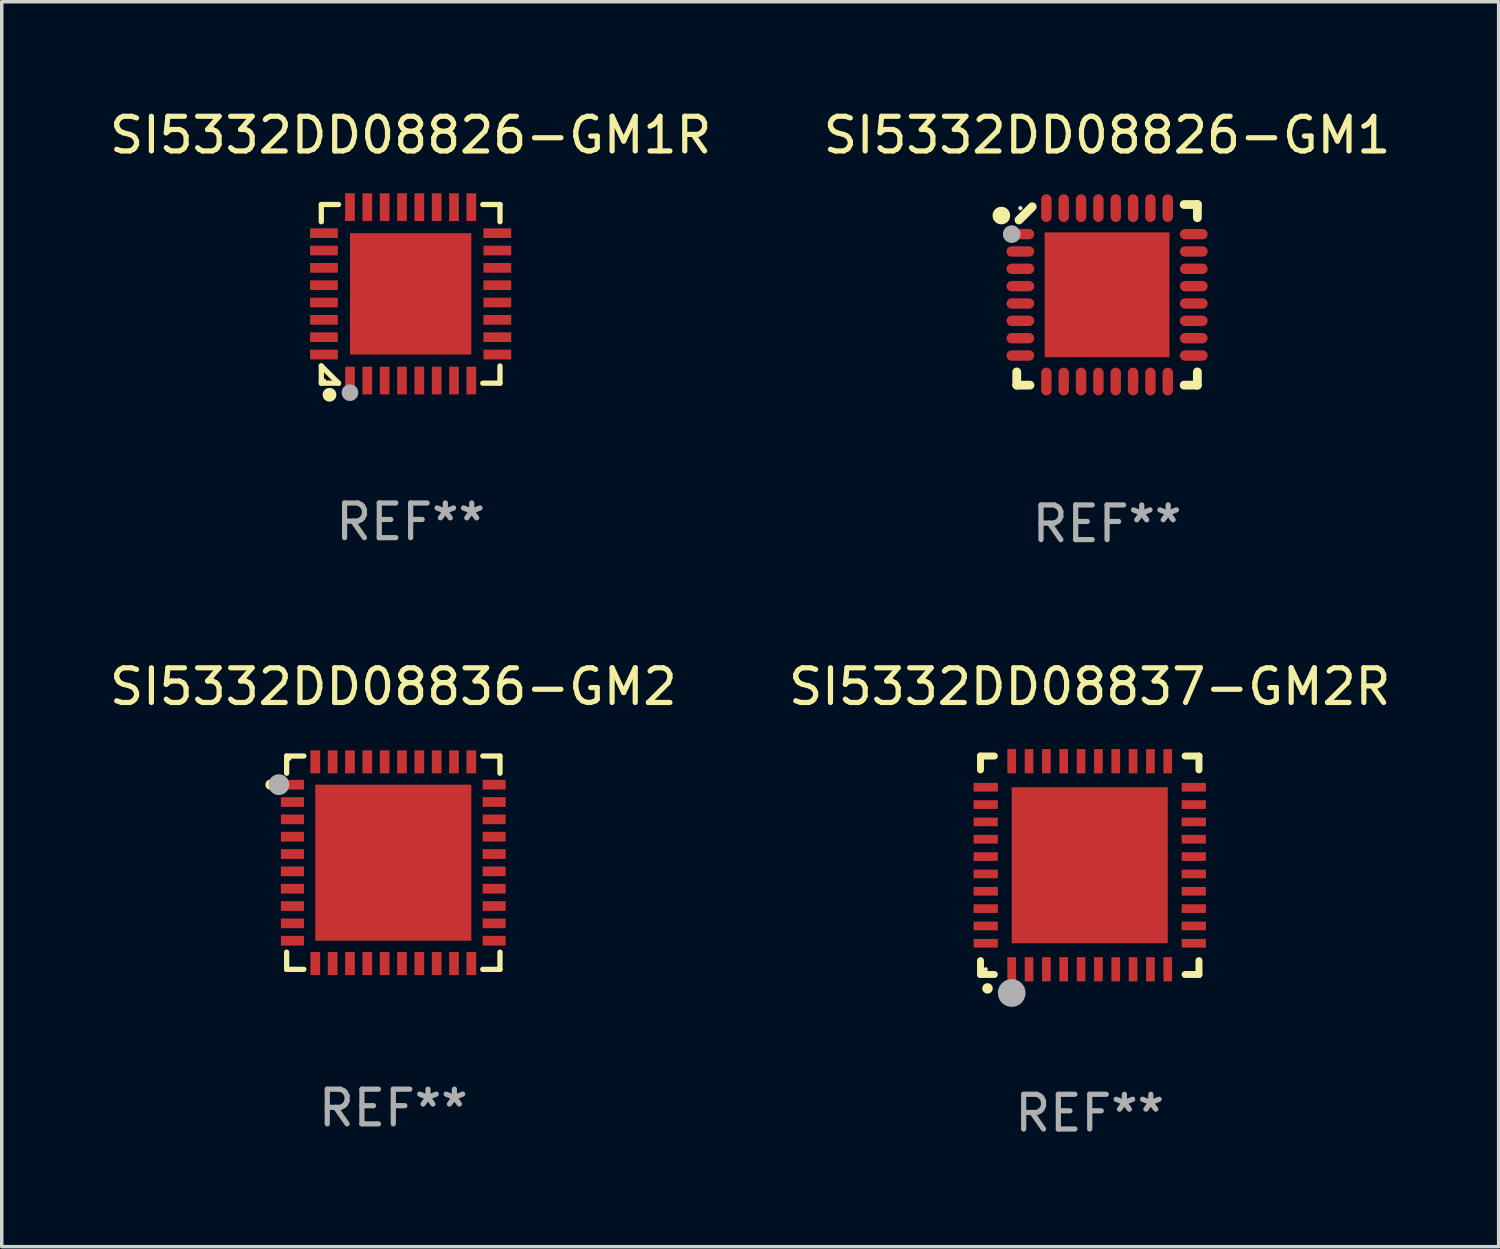
<source format=kicad_pcb>
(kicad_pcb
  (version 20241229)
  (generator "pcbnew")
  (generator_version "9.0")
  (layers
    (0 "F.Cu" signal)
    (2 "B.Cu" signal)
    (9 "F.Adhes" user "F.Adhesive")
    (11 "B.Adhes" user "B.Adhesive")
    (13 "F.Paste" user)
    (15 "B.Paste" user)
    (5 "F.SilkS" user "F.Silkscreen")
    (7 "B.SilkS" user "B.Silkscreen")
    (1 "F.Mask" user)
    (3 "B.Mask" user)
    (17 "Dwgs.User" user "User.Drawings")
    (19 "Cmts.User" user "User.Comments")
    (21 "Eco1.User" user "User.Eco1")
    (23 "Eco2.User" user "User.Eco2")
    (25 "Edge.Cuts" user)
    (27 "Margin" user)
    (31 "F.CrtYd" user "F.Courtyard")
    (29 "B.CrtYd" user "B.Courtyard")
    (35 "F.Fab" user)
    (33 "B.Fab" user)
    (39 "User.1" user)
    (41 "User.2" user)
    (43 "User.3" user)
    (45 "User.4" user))
  (footprint "SI5332DD08836-GM2"
    (layer "F.Cu")
    (at 8.292 21.828)
    (property "Reference" "SI5332DD08836-GM2" (at 0 -5.076 0) (layer "F.SilkS") (effects (font (size 1 1) (thickness 0.15))))
    (attr through_hole)
    (fp_line (start -3.076 -3.076) (end -3.076 -2.58) (stroke (width 0.152) (type solid)) (layer "F.SilkS"))
    (fp_line (start -3.076 3.076) (end -3.076 2.58) (stroke (width 0.152) (type solid)) (layer "F.SilkS"))
    (fp_line (start -2.58 -3.076) (end -3.076 -3.076) (stroke (width 0.152) (type solid)) (layer "F.SilkS"))
    (fp_line (start -2.58 3.076) (end -3.076 3.076) (stroke (width 0.152) (type solid)) (layer "F.SilkS"))
    (fp_line (start 2.58 -3.076) (end 3.076 -3.076) (stroke (width 0.152) (type solid)) (layer "F.SilkS"))
    (fp_line (start 2.58 3.076) (end 3.076 3.076) (stroke (width 0.152) (type solid)) (layer "F.SilkS"))
    (fp_line (start 3.076 -3.076) (end 3.076 -2.58) (stroke (width 0.152) (type solid)) (layer "F.SilkS"))
    (fp_line (start 3.076 3.076) (end 3.076 2.58) (stroke (width 0.152) (type solid)) (layer "F.SilkS"))
    (fp_circle (center -3.54 -2.25) (end -3.465 -2.25) (stroke (width 0.15) (type solid)) (fill no) (layer "F.SilkS"))
    (fp_circle (center -3 -3) (end -2.97 -3) (stroke (width 0.06) (type solid)) (fill no) (layer "F.SilkS"))
    (fp_circle (center -3.3 -2.25) (end -3.15 -2.25) (stroke (width 0.3) (type solid)) (fill no) (layer "F.Fab"))
    (fp_text user "REF**" (at 0 7.076 0) (layer "F.Fab") (effects (font (size 1 1) (thickness 0.15))))
    (pad "1" smd rect (at -2.908 -2.25) (size 0.665 0.28) (layers "F.Cu" "F.Mask" "F.Paste"))
    (pad "2" smd rect (at -2.908 -1.75) (size 0.665 0.28) (layers "F.Cu" "F.Mask" "F.Paste"))
    (pad "3" smd rect (at -2.908 -1.25) (size 0.665 0.28) (layers "F.Cu" "F.Mask" "F.Paste"))
    (pad "4" smd rect (at -2.908 -0.75) (size 0.665 0.28) (layers "F.Cu" "F.Mask" "F.Paste"))
    (pad "5" smd rect (at -2.908 -0.25) (size 0.665 0.28) (layers "F.Cu" "F.Mask" "F.Paste"))
    (pad "6" smd rect (at -2.908 0.25) (size 0.665 0.28) (layers "F.Cu" "F.Mask" "F.Paste"))
    (pad "7" smd rect (at -2.908 0.75) (size 0.665 0.28) (layers "F.Cu" "F.Mask" "F.Paste"))
    (pad "8" smd rect (at -2.908 1.25) (size 0.665 0.28) (layers "F.Cu" "F.Mask" "F.Paste"))
    (pad "9" smd rect (at -2.908 1.75) (size 0.665 0.28) (layers "F.Cu" "F.Mask" "F.Paste"))
    (pad "10" smd rect (at -2.908 2.25) (size 0.665 0.28) (layers "F.Cu" "F.Mask" "F.Paste"))
    (pad "11" smd rect (at -2.25 2.908) (size 0.28 0.665) (layers "F.Cu" "F.Mask" "F.Paste"))
    (pad "12" smd rect (at -1.75 2.908) (size 0.28 0.665) (layers "F.Cu" "F.Mask" "F.Paste"))
    (pad "13" smd rect (at -1.25 2.908) (size 0.28 0.665) (layers "F.Cu" "F.Mask" "F.Paste"))
    (pad "14" smd rect (at -0.75 2.908) (size 0.28 0.665) (layers "F.Cu" "F.Mask" "F.Paste"))
    (pad "15" smd rect (at -0.25 2.908) (size 0.28 0.665) (layers "F.Cu" "F.Mask" "F.Paste"))
    (pad "16" smd rect (at 0.25 2.908) (size 0.28 0.665) (layers "F.Cu" "F.Mask" "F.Paste"))
    (pad "17" smd rect (at 0.75 2.908) (size 0.28 0.665) (layers "F.Cu" "F.Mask" "F.Paste"))
    (pad "18" smd rect (at 1.25 2.908) (size 0.28 0.665) (layers "F.Cu" "F.Mask" "F.Paste"))
    (pad "19" smd rect (at 1.75 2.908) (size 0.28 0.665) (layers "F.Cu" "F.Mask" "F.Paste"))
    (pad "20" smd rect (at 2.25 2.908) (size 0.28 0.665) (layers "F.Cu" "F.Mask" "F.Paste"))
    (pad "21" smd rect (at 2.908 2.25) (size 0.665 0.28) (layers "F.Cu" "F.Mask" "F.Paste"))
    (pad "22" smd rect (at 2.908 1.75) (size 0.665 0.28) (layers "F.Cu" "F.Mask" "F.Paste"))
    (pad "23" smd rect (at 2.908 1.25) (size 0.665 0.28) (layers "F.Cu" "F.Mask" "F.Paste"))
    (pad "24" smd rect (at 2.908 0.75) (size 0.665 0.28) (layers "F.Cu" "F.Mask" "F.Paste"))
    (pad "25" smd rect (at 2.908 0.25) (size 0.665 0.28) (layers "F.Cu" "F.Mask" "F.Paste"))
    (pad "26" smd rect (at 2.908 -0.25) (size 0.665 0.28) (layers "F.Cu" "F.Mask" "F.Paste"))
    (pad "27" smd rect (at 2.908 -0.75) (size 0.665 0.28) (layers "F.Cu" "F.Mask" "F.Paste"))
    (pad "28" smd rect (at 2.908 -1.25) (size 0.665 0.28) (layers "F.Cu" "F.Mask" "F.Paste"))
    (pad "29" smd rect (at 2.908 -1.75) (size 0.665 0.28) (layers "F.Cu" "F.Mask" "F.Paste"))
    (pad "30" smd rect (at 2.908 -2.25) (size 0.665 0.28) (layers "F.Cu" "F.Mask" "F.Paste"))
    (pad "31" smd rect (at 2.25 -2.908) (size 0.28 0.665) (layers "F.Cu" "F.Mask" "F.Paste"))
    (pad "32" smd rect (at 1.75 -2.908) (size 0.28 0.665) (layers "F.Cu" "F.Mask" "F.Paste"))
    (pad "33" smd rect (at 1.25 -2.908) (size 0.28 0.665) (layers "F.Cu" "F.Mask" "F.Paste"))
    (pad "34" smd rect (at 0.75 -2.908) (size 0.28 0.665) (layers "F.Cu" "F.Mask" "F.Paste"))
    (pad "35" smd rect (at 0.25 -2.908) (size 0.28 0.665) (layers "F.Cu" "F.Mask" "F.Paste"))
    (pad "36" smd rect (at -0.25 -2.908) (size 0.28 0.665) (layers "F.Cu" "F.Mask" "F.Paste"))
    (pad "37" smd rect (at -0.75 -2.908) (size 0.28 0.665) (layers "F.Cu" "F.Mask" "F.Paste"))
    (pad "38" smd rect (at -1.25 -2.908) (size 0.28 0.665) (layers "F.Cu" "F.Mask" "F.Paste"))
    (pad "39" smd rect (at -1.75 -2.908) (size 0.28 0.665) (layers "F.Cu" "F.Mask" "F.Paste"))
    (pad "40" smd rect (at -2.25 -2.908) (size 0.28 0.665) (layers "F.Cu" "F.Mask" "F.Paste"))
    (pad "41" smd rect (at 0 0) (size 4.5 4.5) (layers "F.Cu" "F.Mask" "F.Paste")))
  (footprint "SI5332DD08826-GM1R"
    (layer "F.Cu")
    (at 8.792 5.424)
    (property "Reference" "SI5332DD08826-GM1R" (at 0 -4.576 0) (layer "F.SilkS") (effects (font (size 1 1) (thickness 0.15))))
    (attr through_hole)
    (fp_line (start -2.576 -2.576) (end -2.08 -2.576) (stroke (width 0.152) (type solid)) (layer "F.SilkS"))
    (fp_line (start -2.576 -2.08) (end -2.576 -2.576) (stroke (width 0.152) (type solid)) (layer "F.SilkS"))
    (fp_line (start -2.576 2.08) (end -2.576 2.576) (stroke (width 0.152) (type solid)) (layer "F.SilkS"))
    (fp_line (start -2.576 2.08) (end -2.08 2.576) (stroke (width 0.152) (type solid)) (layer "F.SilkS"))
    (fp_line (start -2.576 2.576) (end -2.08 2.576) (stroke (width 0.152) (type solid)) (layer "F.SilkS"))
    (fp_line (start 2.576 -2.576) (end 2.08 -2.576) (stroke (width 0.152) (type solid)) (layer "F.SilkS"))
    (fp_line (start 2.576 -2.08) (end 2.576 -2.576) (stroke (width 0.152) (type solid)) (layer "F.SilkS"))
    (fp_line (start 2.576 2.08) (end 2.576 2.576) (stroke (width 0.152) (type solid)) (layer "F.SilkS"))
    (fp_line (start 2.576 2.576) (end 2.08 2.576) (stroke (width 0.152) (type solid)) (layer "F.SilkS"))
    (fp_circle (center -2.5 2.5) (end -2.47 2.5) (stroke (width 0.06) (type solid)) (fill no) (layer "F.SilkS"))
    (fp_circle (center -2.34 2.91) (end -2.24 2.91) (stroke (width 0.2) (type solid)) (fill no) (layer "F.SilkS"))
    (fp_circle (center -1.75 2.85) (end -1.63 2.85) (stroke (width 0.24) (type solid)) (fill no) (layer "F.Fab"))
    (fp_text user "REF**" (at 0 6.576 0) (layer "F.Fab") (effects (font (size 1 1) (thickness 0.15))))
    (pad "1" smd rect (at -1.75 2.5) (size 0.28 0.8) (layers "F.Cu" "F.Mask" "F.Paste"))
    (pad "2" smd rect (at -1.25 2.5) (size 0.28 0.8) (layers "F.Cu" "F.Mask" "F.Paste"))
    (pad "3" smd rect (at -0.75 2.5) (size 0.28 0.8) (layers "F.Cu" "F.Mask" "F.Paste"))
    (pad "4" smd rect (at -0.25 2.5) (size 0.28 0.8) (layers "F.Cu" "F.Mask" "F.Paste"))
    (pad "5" smd rect (at 0.25 2.5) (size 0.28 0.8) (layers "F.Cu" "F.Mask" "F.Paste"))
    (pad "6" smd rect (at 0.75 2.5) (size 0.28 0.8) (layers "F.Cu" "F.Mask" "F.Paste"))
    (pad "7" smd rect (at 1.25 2.5) (size 0.28 0.8) (layers "F.Cu" "F.Mask" "F.Paste"))
    (pad "8" smd rect (at 1.75 2.5) (size 0.28 0.8) (layers "F.Cu" "F.Mask" "F.Paste"))
    (pad "9" smd rect (at 2.5 1.75) (size 0.8 0.28) (layers "F.Cu" "F.Mask" "F.Paste"))
    (pad "10" smd rect (at 2.5 1.25) (size 0.8 0.28) (layers "F.Cu" "F.Mask" "F.Paste"))
    (pad "11" smd rect (at 2.5 0.75) (size 0.8 0.28) (layers "F.Cu" "F.Mask" "F.Paste"))
    (pad "12" smd rect (at 2.5 0.25) (size 0.8 0.28) (layers "F.Cu" "F.Mask" "F.Paste"))
    (pad "13" smd rect (at 2.5 -0.25) (size 0.8 0.28) (layers "F.Cu" "F.Mask" "F.Paste"))
    (pad "14" smd rect (at 2.5 -0.75) (size 0.8 0.28) (layers "F.Cu" "F.Mask" "F.Paste"))
    (pad "15" smd rect (at 2.5 -1.25) (size 0.8 0.28) (layers "F.Cu" "F.Mask" "F.Paste"))
    (pad "16" smd rect (at 2.5 -1.75) (size 0.8 0.28) (layers "F.Cu" "F.Mask" "F.Paste"))
    (pad "17" smd rect (at 1.75 -2.5) (size 0.28 0.8) (layers "F.Cu" "F.Mask" "F.Paste"))
    (pad "18" smd rect (at 1.25 -2.5) (size 0.28 0.8) (layers "F.Cu" "F.Mask" "F.Paste"))
    (pad "19" smd rect (at 0.75 -2.5) (size 0.28 0.8) (layers "F.Cu" "F.Mask" "F.Paste"))
    (pad "20" smd rect (at 0.25 -2.5) (size 0.28 0.8) (layers "F.Cu" "F.Mask" "F.Paste"))
    (pad "21" smd rect (at -0.25 -2.5) (size 0.28 0.8) (layers "F.Cu" "F.Mask" "F.Paste"))
    (pad "22" smd rect (at -0.75 -2.5) (size 0.28 0.8) (layers "F.Cu" "F.Mask" "F.Paste"))
    (pad "23" smd rect (at -1.25 -2.5) (size 0.28 0.8) (layers "F.Cu" "F.Mask" "F.Paste"))
    (pad "24" smd rect (at -1.75 -2.5) (size 0.28 0.8) (layers "F.Cu" "F.Mask" "F.Paste"))
    (pad "25" smd rect (at -2.5 -1.75) (size 0.8 0.28) (layers "F.Cu" "F.Mask" "F.Paste"))
    (pad "26" smd rect (at -2.5 -1.25) (size 0.8 0.28) (layers "F.Cu" "F.Mask" "F.Paste"))
    (pad "27" smd rect (at -2.5 -0.75) (size 0.8 0.28) (layers "F.Cu" "F.Mask" "F.Paste"))
    (pad "28" smd rect (at -2.5 -0.25) (size 0.8 0.28) (layers "F.Cu" "F.Mask" "F.Paste"))
    (pad "29" smd rect (at -2.5 0.25) (size 0.8 0.28) (layers "F.Cu" "F.Mask" "F.Paste"))
    (pad "30" smd rect (at -2.5 0.75) (size 0.8 0.28) (layers "F.Cu" "F.Mask" "F.Paste"))
    (pad "31" smd rect (at -2.5 1.25) (size 0.8 0.28) (layers "F.Cu" "F.Mask" "F.Paste"))
    (pad "32" smd rect (at -2.5 1.75) (size 0.8 0.28) (layers "F.Cu" "F.Mask" "F.Paste"))
    (pad "33" smd rect (at 0 0) (size 3.5 3.5) (layers "F.Cu" "F.Mask" "F.Paste")))
  (footprint "SI5332DD08826-GM1"
    (layer "F.Cu")
    (at 28.875 5.452)
    (property "Reference" "SI5332DD08826-GM1" (at 0 -4.604 0) (layer "F.SilkS") (effects (font (size 1 1) (thickness 0.15))))
    (attr through_hole)
    (fp_line (start -2.604 2.223) (end -2.604 2.604) (stroke (width 0.254) (type solid)) (layer "F.SilkS"))
    (fp_line (start -2.604 2.604) (end -2.223 2.604) (stroke (width 0.254) (type solid)) (layer "F.SilkS"))
    (fp_line (start -2.159 -2.54) (end -2.54 -2.159) (stroke (width 0.254) (type solid)) (layer "F.SilkS"))
    (fp_line (start 2.223 2.604) (end 2.604 2.604) (stroke (width 0.254) (type solid)) (layer "F.SilkS"))
    (fp_line (start 2.604 -2.604) (end 2.223 -2.604) (stroke (width 0.254) (type solid)) (layer "F.SilkS"))
    (fp_line (start 2.604 -2.223) (end 2.604 -2.604) (stroke (width 0.254) (type solid)) (layer "F.SilkS"))
    (fp_line (start 2.604 2.604) (end 2.604 2.223) (stroke (width 0.254) (type solid)) (layer "F.SilkS"))
    (fp_circle (center -3.048 -2.286) (end -2.921 -2.286) (stroke (width 0.254) (type solid)) (fill no) (layer "F.SilkS"))
    (fp_circle (center -2.5 -2.5) (end -2.47 -2.5) (stroke (width 0.06) (type solid)) (fill no) (layer "F.SilkS"))
    (fp_circle (center -2.75 -1.75) (end -2.623 -1.75) (stroke (width 0.254) (type solid)) (fill no) (layer "F.Fab"))
    (fp_text user "REF**" (at 0 6.604 0) (layer "F.Fab") (effects (font (size 1 1) (thickness 0.15))))
    (pad "1" smd oval (at -2.5 -1.75) (size 0.8 0.3) (layers "F.Cu" "F.Mask" "F.Paste"))
    (pad "2" smd oval (at -2.5 -1.25) (size 0.8 0.3) (layers "F.Cu" "F.Mask" "F.Paste"))
    (pad "3" smd oval (at -2.5 -0.75) (size 0.8 0.3) (layers "F.Cu" "F.Mask" "F.Paste"))
    (pad "4" smd oval (at -2.5 -0.25) (size 0.8 0.3) (layers "F.Cu" "F.Mask" "F.Paste"))
    (pad "5" smd oval (at -2.5 0.25) (size 0.8 0.3) (layers "F.Cu" "F.Mask" "F.Paste"))
    (pad "6" smd oval (at -2.5 0.75) (size 0.8 0.3) (layers "F.Cu" "F.Mask" "F.Paste"))
    (pad "7" smd oval (at -2.5 1.25) (size 0.8 0.3) (layers "F.Cu" "F.Mask" "F.Paste"))
    (pad "8" smd oval (at -2.5 1.75) (size 0.8 0.3) (layers "F.Cu" "F.Mask" "F.Paste"))
    (pad "9" smd oval (at -1.75 2.5) (size 0.3 0.8) (layers "F.Cu" "F.Mask" "F.Paste"))
    (pad "10" smd oval (at -1.25 2.5) (size 0.3 0.8) (layers "F.Cu" "F.Mask" "F.Paste"))
    (pad "11" smd oval (at -0.75 2.5) (size 0.3 0.8) (layers "F.Cu" "F.Mask" "F.Paste"))
    (pad "12" smd oval (at -0.25 2.5) (size 0.3 0.8) (layers "F.Cu" "F.Mask" "F.Paste"))
    (pad "13" smd oval (at 0.25 2.5) (size 0.3 0.8) (layers "F.Cu" "F.Mask" "F.Paste"))
    (pad "14" smd oval (at 0.75 2.5) (size 0.3 0.8) (layers "F.Cu" "F.Mask" "F.Paste"))
    (pad "15" smd oval (at 1.25 2.5) (size 0.3 0.8) (layers "F.Cu" "F.Mask" "F.Paste"))
    (pad "16" smd oval (at 1.75 2.5) (size 0.3 0.8) (layers "F.Cu" "F.Mask" "F.Paste"))
    (pad "17" smd oval (at 2.5 1.75) (size 0.8 0.3) (layers "F.Cu" "F.Mask" "F.Paste"))
    (pad "18" smd oval (at 2.5 1.25) (size 0.8 0.3) (layers "F.Cu" "F.Mask" "F.Paste"))
    (pad "19" smd oval (at 2.5 0.75) (size 0.8 0.3) (layers "F.Cu" "F.Mask" "F.Paste"))
    (pad "20" smd oval (at 2.5 0.25) (size 0.8 0.3) (layers "F.Cu" "F.Mask" "F.Paste"))
    (pad "21" smd oval (at 2.5 -0.25) (size 0.8 0.3) (layers "F.Cu" "F.Mask" "F.Paste"))
    (pad "22" smd oval (at 2.5 -0.75) (size 0.8 0.3) (layers "F.Cu" "F.Mask" "F.Paste"))
    (pad "23" smd oval (at 2.5 -1.25) (size 0.8 0.3) (layers "F.Cu" "F.Mask" "F.Paste"))
    (pad "24" smd oval (at 2.5 -1.75) (size 0.8 0.3) (layers "F.Cu" "F.Mask" "F.Paste"))
    (pad "25" smd oval (at 1.75 -2.5) (size 0.3 0.8) (layers "F.Cu" "F.Mask" "F.Paste"))
    (pad "26" smd oval (at 1.25 -2.5) (size 0.3 0.8) (layers "F.Cu" "F.Mask" "F.Paste"))
    (pad "27" smd oval (at 0.75 -2.5) (size 0.3 0.8) (layers "F.Cu" "F.Mask" "F.Paste"))
    (pad "28" smd oval (at 0.25 -2.5) (size 0.3 0.8) (layers "F.Cu" "F.Mask" "F.Paste"))
    (pad "29" smd oval (at -0.25 -2.5) (size 0.3 0.8) (layers "F.Cu" "F.Mask" "F.Paste"))
    (pad "30" smd oval (at -0.75 -2.5) (size 0.3 0.8) (layers "F.Cu" "F.Mask" "F.Paste"))
    (pad "31" smd oval (at -1.25 -2.5) (size 0.3 0.8) (layers "F.Cu" "F.Mask" "F.Paste"))
    (pad "32" smd oval (at -1.75 -2.5) (size 0.3 0.8) (layers "F.Cu" "F.Mask" "F.Paste"))
    (pad "33" smd rect (at -0.000076 0) (size 3.6 3.6) (layers "F.Cu" "F.Mask" "F.Paste")))
  (footprint "SI5332DD08837-GM2R"
    (layer "F.Cu")
    (at 28.375 21.902)
    (property "Reference" "SI5332DD08837-GM2R" (at 0 -5.15 0) (layer "F.SilkS") (effects (font (size 1 1) (thickness 0.15))))
    (attr through_hole)
    (fp_line (start -3.15 -3.15) (end -2.75 -3.15) (stroke (width 0.2) (type solid)) (layer "F.SilkS"))
    (fp_line (start -3.15 -2.75) (end -3.15 -3.15) (stroke (width 0.2) (type solid)) (layer "F.SilkS"))
    (fp_line (start -3.15 3.15) (end -3.15 2.75) (stroke (width 0.2) (type solid)) (layer "F.SilkS"))
    (fp_line (start -2.75 3.15) (end -3.15 3.15) (stroke (width 0.2) (type solid)) (layer "F.SilkS"))
    (fp_line (start 3.15 -3.15) (end 2.75 -3.15) (stroke (width 0.2) (type solid)) (layer "F.SilkS"))
    (fp_line (start 3.15 -2.75) (end 3.15 -3.15) (stroke (width 0.2) (type solid)) (layer "F.SilkS"))
    (fp_line (start 3.15 2.75) (end 3.15 3.15) (stroke (width 0.2) (type solid)) (layer "F.SilkS"))
    (fp_line (start 3.15 3.15) (end 2.75 3.15) (stroke (width 0.2) (type solid)) (layer "F.SilkS"))
    (fp_arc (start -2.94892 3.550927) (mid -2.94765 3.550922) (end -2.94638 3.550927) (stroke (width 0.3) (type solid)) (layer "F.SilkS"))
    (fp_circle (center -3 3) (end -2.97 3) (stroke (width 0.06) (type solid)) (fill no) (layer "F.SilkS"))
    (fp_circle (center -2.25 3.683) (end -2.05 3.683) (stroke (width 0.4) (type solid)) (fill no) (layer "F.Fab"))
    (fp_text user "REF**" (at 0 7.15 0) (layer "F.Fab") (effects (font (size 1 1) (thickness 0.15))))
    (pad "1" smd rect (at -2.25 3 180) (size 0.25 0.7) (layers "F.Cu" "F.Mask" "F.Paste"))
    (pad "2" smd rect (at -1.75 3 180) (size 0.25 0.7) (layers "F.Cu" "F.Mask" "F.Paste"))
    (pad "3" smd rect (at -1.25 3 180) (size 0.25 0.7) (layers "F.Cu" "F.Mask" "F.Paste"))
    (pad "4" smd rect (at -0.75 3 180) (size 0.25 0.7) (layers "F.Cu" "F.Mask" "F.Paste"))
    (pad "5" smd rect (at -0.25 3 180) (size 0.25 0.7) (layers "F.Cu" "F.Mask" "F.Paste"))
    (pad "6" smd rect (at 0.25 3 180) (size 0.25 0.7) (layers "F.Cu" "F.Mask" "F.Paste"))
    (pad "7" smd rect (at 0.75 3 180) (size 0.25 0.7) (layers "F.Cu" "F.Mask" "F.Paste"))
    (pad "8" smd rect (at 1.25 3 180) (size 0.25 0.7) (layers "F.Cu" "F.Mask" "F.Paste"))
    (pad "9" smd rect (at 1.75 3 180) (size 0.25 0.7) (layers "F.Cu" "F.Mask" "F.Paste"))
    (pad "10" smd rect (at 2.25 3 180) (size 0.25 0.7) (layers "F.Cu" "F.Mask" "F.Paste"))
    (pad "11" smd rect (at 3 2.25 90) (size 0.25 0.7) (layers "F.Cu" "F.Mask" "F.Paste"))
    (pad "12" smd rect (at 3 1.75 90) (size 0.25 0.7) (layers "F.Cu" "F.Mask" "F.Paste"))
    (pad "13" smd rect (at 3 1.25 90) (size 0.25 0.7) (layers "F.Cu" "F.Mask" "F.Paste"))
    (pad "14" smd rect (at 3 0.75 90) (size 0.25 0.7) (layers "F.Cu" "F.Mask" "F.Paste"))
    (pad "15" smd rect (at 3 0.25 90) (size 0.25 0.7) (layers "F.Cu" "F.Mask" "F.Paste"))
    (pad "16" smd rect (at 3 -0.25 90) (size 0.25 0.7) (layers "F.Cu" "F.Mask" "F.Paste"))
    (pad "17" smd rect (at 3 -0.75 90) (size 0.25 0.7) (layers "F.Cu" "F.Mask" "F.Paste"))
    (pad "18" smd rect (at 3 -1.25 90) (size 0.25 0.7) (layers "F.Cu" "F.Mask" "F.Paste"))
    (pad "19" smd rect (at 3 -1.75 90) (size 0.25 0.7) (layers "F.Cu" "F.Mask" "F.Paste"))
    (pad "20" smd rect (at 3 -2.25 90) (size 0.25 0.7) (layers "F.Cu" "F.Mask" "F.Paste"))
    (pad "21" smd rect (at 2.25 -3 180) (size 0.25 0.7) (layers "F.Cu" "F.Mask" "F.Paste"))
    (pad "22" smd rect (at 1.75 -3 180) (size 0.25 0.7) (layers "F.Cu" "F.Mask" "F.Paste"))
    (pad "23" smd rect (at 1.25 -3 180) (size 0.25 0.7) (layers "F.Cu" "F.Mask" "F.Paste"))
    (pad "24" smd rect (at 0.75 -3 180) (size 0.25 0.7) (layers "F.Cu" "F.Mask" "F.Paste"))
    (pad "25" smd rect (at 0.25 -3 180) (size 0.25 0.7) (layers "F.Cu" "F.Mask" "F.Paste"))
    (pad "26" smd rect (at -0.25 -3 180) (size 0.25 0.7) (layers "F.Cu" "F.Mask" "F.Paste"))
    (pad "27" smd rect (at -0.75 -3 180) (size 0.25 0.7) (layers "F.Cu" "F.Mask" "F.Paste"))
    (pad "28" smd rect (at -1.25 -3 180) (size 0.25 0.7) (layers "F.Cu" "F.Mask" "F.Paste"))
    (pad "29" smd rect (at -1.75 -3 180) (size 0.25 0.7) (layers "F.Cu" "F.Mask" "F.Paste"))
    (pad "30" smd rect (at -2.25 -3 180) (size 0.25 0.7) (layers "F.Cu" "F.Mask" "F.Paste"))
    (pad "31" smd rect (at -3 -2.25 90) (size 0.25 0.7) (layers "F.Cu" "F.Mask" "F.Paste"))
    (pad "32" smd rect (at -3 -1.75 90) (size 0.25 0.7) (layers "F.Cu" "F.Mask" "F.Paste"))
    (pad "33" smd rect (at -3 -1.25 90) (size 0.25 0.7) (layers "F.Cu" "F.Mask" "F.Paste"))
    (pad "34" smd rect (at -3 -0.75 90) (size 0.25 0.7) (layers "F.Cu" "F.Mask" "F.Paste"))
    (pad "35" smd rect (at -3 -0.25 90) (size 0.25 0.7) (layers "F.Cu" "F.Mask" "F.Paste"))
    (pad "36" smd rect (at -3 0.25 90) (size 0.25 0.7) (layers "F.Cu" "F.Mask" "F.Paste"))
    (pad "37" smd rect (at -3 0.75 90) (size 0.25 0.7) (layers "F.Cu" "F.Mask" "F.Paste"))
    (pad "38" smd rect (at -3 1.25 90) (size 0.25 0.7) (layers "F.Cu" "F.Mask" "F.Paste"))
    (pad "39" smd rect (at -3 1.75 90) (size 0.25 0.7) (layers "F.Cu" "F.Mask" "F.Paste"))
    (pad "40" smd rect (at -3 2.25 90) (size 0.25 0.7) (layers "F.Cu" "F.Mask" "F.Paste"))
    (pad "41" smd rect (at 0.000102 0.000076 90) (size 4.5 4.5) (layers "F.Cu" "F.Mask" "F.Paste")))
  (gr_rect
    (start -3 -3)
    (end 40.167 32.9)
    (stroke (width 0.1) (type default))
    (fill no)
    (layer "Edge.Cuts")))
</source>
